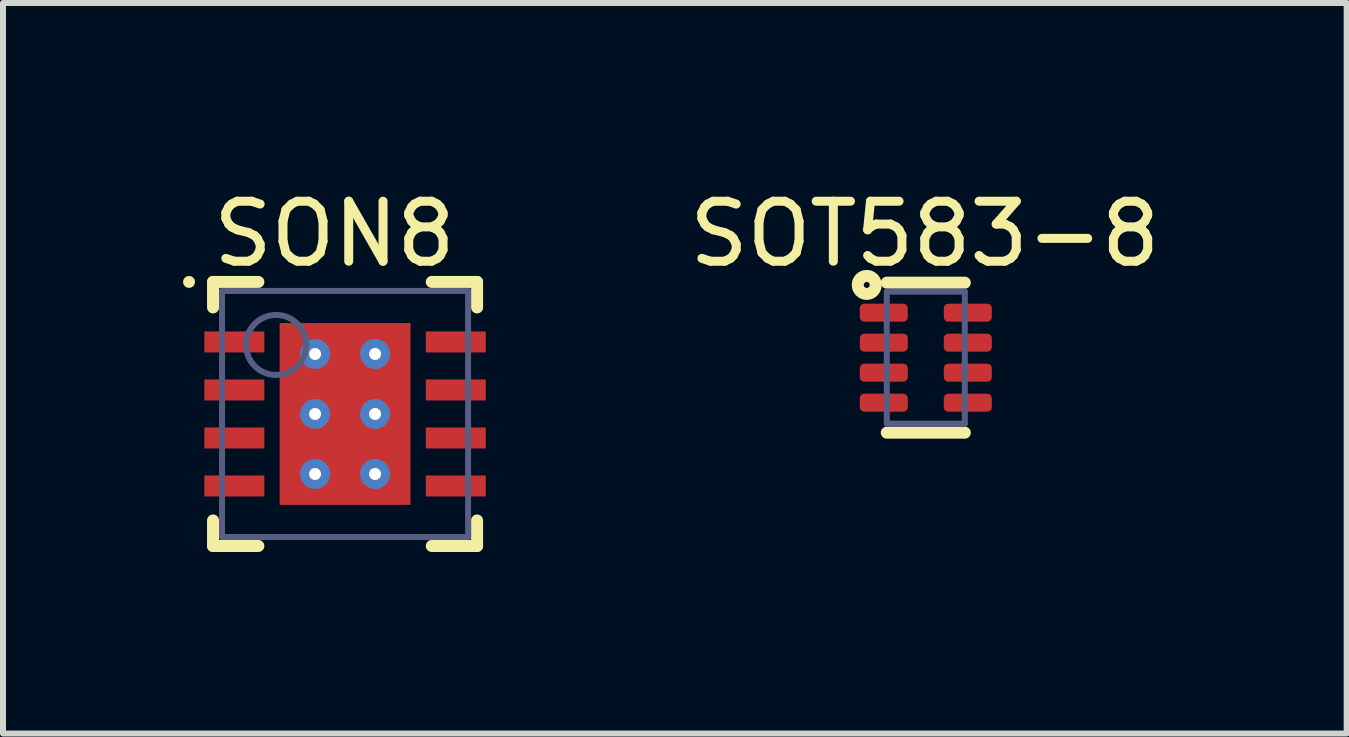
<source format=kicad_pcb>
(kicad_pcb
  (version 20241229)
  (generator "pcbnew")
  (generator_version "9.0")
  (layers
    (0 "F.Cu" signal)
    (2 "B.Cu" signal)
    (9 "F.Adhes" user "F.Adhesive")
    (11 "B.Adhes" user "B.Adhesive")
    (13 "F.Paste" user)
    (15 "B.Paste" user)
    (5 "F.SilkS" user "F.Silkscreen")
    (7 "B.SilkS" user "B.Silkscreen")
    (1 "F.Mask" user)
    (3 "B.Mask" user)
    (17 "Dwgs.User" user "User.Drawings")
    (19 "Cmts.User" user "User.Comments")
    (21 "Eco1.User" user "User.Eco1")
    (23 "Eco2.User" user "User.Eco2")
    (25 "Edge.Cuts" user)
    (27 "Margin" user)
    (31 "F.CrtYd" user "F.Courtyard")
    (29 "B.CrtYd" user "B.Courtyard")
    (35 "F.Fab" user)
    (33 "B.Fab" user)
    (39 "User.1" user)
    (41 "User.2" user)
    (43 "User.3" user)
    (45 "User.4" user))
  (footprint "SOT583-8"
    (layer "F.Cu")
    (at 12.377 2.91)
    (property "Reference" "SOT583-8" (at -0.017 -2.062 0) (layer "F.SilkS") (effects (font (size 1 1) (thickness 0.15))))
    (fp_line (start -0.65 -1.25) (end 0.65 -1.25) (stroke (width 0.2) (type solid)) (layer "F.SilkS"))
    (fp_line (start -0.65 1.25) (end 0.65 1.25) (stroke (width 0.2) (type solid)) (layer "F.SilkS"))
    (fp_circle (center -0.984 -1.212) (end -0.984 -1.262) (stroke (width 0.2) (type solid)) (fill no) (layer "F.SilkS"))
    (fp_line (start -1.4 -1.35) (end 1.4 -1.35) (stroke (width 0.05) (type solid)) (layer "Eco2.User"))
    (fp_line (start -1.4 1.35) (end -1.4 -1.35) (stroke (width 0.05) (type solid)) (layer "Eco2.User"))
    (fp_line (start -1.4 1.35) (end 1.4 1.35) (stroke (width 0.05) (type solid)) (layer "Eco2.User"))
    (fp_line (start -0.5 0) (end 0.5 0) (stroke (width 0.1) (type solid)) (layer "Eco2.User"))
    (fp_line (start 0 0.5) (end 0 -0.5) (stroke (width 0.1) (type solid)) (layer "Eco2.User"))
    (fp_line (start 1.4 1.35) (end 1.4 -1.35) (stroke (width 0.05) (type solid)) (layer "Eco2.User"))
    (fp_line (start -0.65 -1.1) (end 0.65 -1.1) (stroke (width 0.1) (type solid)) (layer "B.Fab"))
    (fp_line (start -0.65 1.1) (end -0.65 -1.1) (stroke (width 0.1) (type solid)) (layer "B.Fab"))
    (fp_line (start -0.65 1.1) (end 0.65 1.1) (stroke (width 0.1) (type solid)) (layer "B.Fab"))
    (fp_line (start 0.65 1.1) (end 0.65 -1.1) (stroke (width 0.1) (type solid)) (layer "B.Fab"))
    (pad "1" smd roundrect (at -0.7 -0.75 90) (size 0.3 0.8) (layers "F.Cu" "F.Mask" "F.Paste") (roundrect_rratio 0.25))
    (pad "2" smd roundrect (at -0.7 -0.25 90) (size 0.3 0.8) (layers "F.Cu" "F.Mask" "F.Paste") (roundrect_rratio 0.25))
    (pad "3" smd roundrect (at -0.7 0.25 90) (size 0.3 0.8) (layers "F.Cu" "F.Mask" "F.Paste") (roundrect_rratio 0.25))
    (pad "4" smd roundrect (at -0.7 0.75 90) (size 0.3 0.8) (layers "F.Cu" "F.Mask" "F.Paste") (roundrect_rratio 0.25))
    (pad "5" smd roundrect (at 0.7 0.75 90) (size 0.3 0.8) (layers "F.Cu" "F.Mask" "F.Paste") (roundrect_rratio 0.25))
    (pad "6" smd roundrect (at 0.7 0.25 90) (size 0.3 0.8) (layers "F.Cu" "F.Mask" "F.Paste") (roundrect_rratio 0.25))
    (pad "7" smd roundrect (at 0.7 -0.25 90) (size 0.3 0.8) (layers "F.Cu" "F.Mask" "F.Paste") (roundrect_rratio 0.25))
    (pad "8" smd roundrect (at 0.7 -0.75 90) (size 0.3 0.8) (layers "F.Cu" "F.Mask" "F.Paste") (roundrect_rratio 0.25)))
  (footprint "SON8"
    (layer "F.Cu")
    (at 2.7 3.848)
    (property "Reference" "SON8" (at -0.177 -3 0) (layer "F.SilkS") (effects (font (size 1 1) (thickness 0.15))))
    (fp_line (start -2.2 -2.2) (end -1.445 -2.2) (stroke (width 0.2) (type solid)) (layer "F.SilkS"))
    (fp_line (start -2.2 -1.775) (end -2.2 -2.2) (stroke (width 0.2) (type solid)) (layer "F.SilkS"))
    (fp_line (start -2.2 2.2) (end -2.2 1.775) (stroke (width 0.2) (type solid)) (layer "F.SilkS"))
    (fp_line (start -2.2 2.2) (end -1.445 2.2) (stroke (width 0.2) (type solid)) (layer "F.SilkS"))
    (fp_line (start 1.445 -2.2) (end 2.2 -2.2) (stroke (width 0.2) (type solid)) (layer "F.SilkS"))
    (fp_line (start 1.445 2.2) (end 2.2 2.2) (stroke (width 0.2) (type solid)) (layer "F.SilkS"))
    (fp_line (start 2.2 -1.775) (end 2.2 -2.2) (stroke (width 0.2) (type solid)) (layer "F.SilkS"))
    (fp_line (start 2.2 2.2) (end 2.2 1.775) (stroke (width 0.2) (type solid)) (layer "F.SilkS"))
    (fp_circle (center -2.6 -2.2) (end -2.6 -2.25) (stroke (width 0.1) (type solid)) (fill no) (layer "F.SilkS"))
    (fp_rect (start -0.99 -0.1) (end -0.1 -1.42) (stroke (width 0) (type default)) (fill yes) (layer "F.Paste"))
    (fp_rect (start -0.99 1.42) (end -0.1 0.1) (stroke (width 0) (type default)) (fill yes) (layer "F.Paste"))
    (fp_rect (start 0.1 -0.1) (end 0.99 -1.42) (stroke (width 0) (type default)) (fill yes) (layer "F.Paste"))
    (fp_rect (start 0.1 1.42) (end 0.99 0.1) (stroke (width 0) (type default)) (fill yes) (layer "F.Paste"))
    (fp_line (start -2.605 -2.3) (end 2.605 -2.3) (stroke (width 0.05) (type solid)) (layer "Eco2.User"))
    (fp_line (start -2.605 2.3) (end -2.605 -2.3) (stroke (width 0.05) (type solid)) (layer "Eco2.User"))
    (fp_line (start -2.605 2.3) (end 2.605 2.3) (stroke (width 0.05) (type solid)) (layer "Eco2.User"))
    (fp_line (start -0.5 0) (end 0.5 0) (stroke (width 0.1) (type solid)) (layer "Eco2.User"))
    (fp_line (start 0 0.5) (end 0 -0.5) (stroke (width 0.1) (type solid)) (layer "Eco2.User"))
    (fp_line (start 2.605 2.3) (end 2.605 -2.3) (stroke (width 0.05) (type solid)) (layer "Eco2.User"))
    (fp_line (start -2.05 -2.05) (end 2.05 -2.05) (stroke (width 0.1) (type solid)) (layer "B.Fab"))
    (fp_line (start -2.05 2.05) (end -2.05 -2.05) (stroke (width 0.1) (type solid)) (layer "B.Fab"))
    (fp_line (start -2.05 2.05) (end 2.05 2.05) (stroke (width 0.1) (type solid)) (layer "B.Fab"))
    (fp_line (start 2.05 2.05) (end 2.05 -2.05) (stroke (width 0.1) (type solid)) (layer "B.Fab"))
    (fp_circle (center -1.15 -1.15) (end -1.15 -1.65) (stroke (width 0.1) (type solid)) (fill no) (layer "B.Fab"))
    (pad "1" smd rect (at -1.845 -1.2 90) (size 0.35 1) (layers "F.Cu" "F.Mask" "F.Paste"))
    (pad "2" smd rect (at -1.845 -0.4 90) (size 0.35 1) (layers "F.Cu" "F.Mask" "F.Paste"))
    (pad "3" smd rect (at -1.845 0.4 90) (size 0.35 1) (layers "F.Cu" "F.Mask" "F.Paste"))
    (pad "4" smd rect (at -1.845 1.2 90) (size 0.35 1) (layers "F.Cu" "F.Mask" "F.Paste"))
    (pad "5" smd rect (at 1.845 1.2 90) (size 0.35 1) (layers "F.Cu" "F.Mask" "F.Paste"))
    (pad "6" smd rect (at 1.845 0.4 90) (size 0.35 1) (layers "F.Cu" "F.Mask" "F.Paste"))
    (pad "7" smd rect (at 1.845 -0.4 90) (size 0.35 1) (layers "F.Cu" "F.Mask" "F.Paste"))
    (pad "8" smd rect (at 1.845 -1.2 90) (size 0.35 1) (layers "F.Cu" "F.Mask" "F.Paste"))
    (pad "9" thru_hole circle (at -0.5 -1) (size 0.5 0.5) (drill 0.2) (layers "*.Cu" "*.Mask"))
    (pad "9" thru_hole circle (at -0.5 0) (size 0.5 0.5) (drill 0.2) (layers "*.Cu" "*.Mask"))
    (pad "9" thru_hole circle (at -0.5 1) (size 0.5 0.5) (drill 0.2) (layers "*.Cu" "*.Mask"))
    (pad "9" smd rect (at 0 0 90) (size 3.03 2.18) (layers "F.Cu" "F.Mask" "F.Paste"))
    (pad "9" thru_hole circle (at 0.5 -1) (size 0.5 0.5) (drill 0.2) (layers "*.Cu" "*.Mask"))
    (pad "9" thru_hole circle (at 0.5 0) (size 0.5 0.5) (drill 0.2) (layers "*.Cu" "*.Mask"))
    (pad "9" thru_hole circle (at 0.5 1) (size 0.5 0.5) (drill 0.2) (layers "*.Cu" "*.Mask")))
  (gr_rect
    (start -3 -3)
    (end 19.39 9.173)
    (stroke (width 0.1) (type default))
    (fill no)
    (layer "Edge.Cuts")))
</source>
